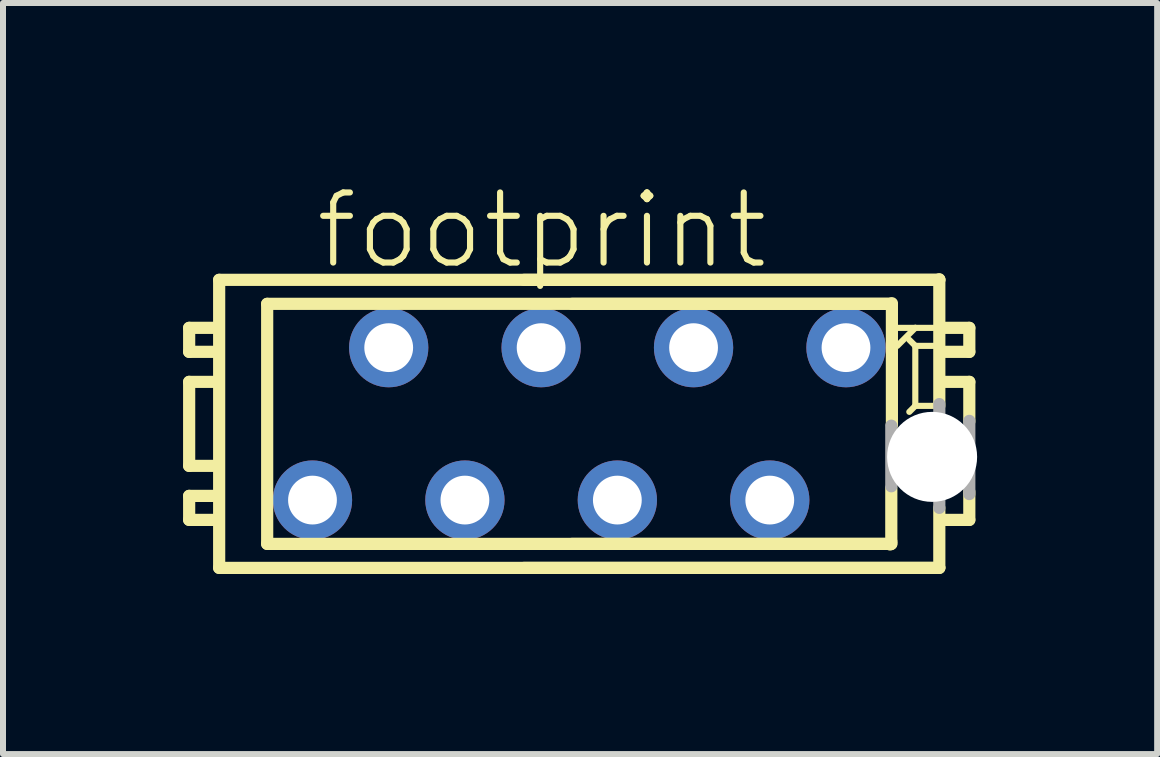
<source format=kicad_pcb>
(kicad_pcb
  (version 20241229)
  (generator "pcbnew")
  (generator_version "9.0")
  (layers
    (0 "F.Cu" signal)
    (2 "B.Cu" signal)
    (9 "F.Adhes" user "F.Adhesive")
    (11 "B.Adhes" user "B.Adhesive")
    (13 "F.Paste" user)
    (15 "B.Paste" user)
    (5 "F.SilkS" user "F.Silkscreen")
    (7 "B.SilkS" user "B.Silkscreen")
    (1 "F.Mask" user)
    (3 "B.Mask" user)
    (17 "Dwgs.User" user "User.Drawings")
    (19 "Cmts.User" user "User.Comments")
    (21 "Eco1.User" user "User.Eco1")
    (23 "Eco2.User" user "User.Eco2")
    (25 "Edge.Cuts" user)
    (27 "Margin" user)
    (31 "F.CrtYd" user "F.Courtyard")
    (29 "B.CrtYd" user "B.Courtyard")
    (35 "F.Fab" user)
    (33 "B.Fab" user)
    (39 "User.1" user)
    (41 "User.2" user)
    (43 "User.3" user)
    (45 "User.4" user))
  (footprint "footprint"
    (layer "F.Cu")
    (at 6.602 4.013)
    (property "Reference" "footprint" (at -4.445 -2.54 0) (layer "F.SilkS") (effects (font (size 1.168 1.168) (thickness 0.102)) (justify left bottom)))
    (fp_line (start -6.5 -1.6) (end -6.5 -1.2) (stroke (width 0.203) (type solid)) (layer "F.SilkS"))
    (fp_line (start -6.5 -1.2) (end -6.1 -1.2) (stroke (width 0.203) (type solid)) (layer "F.SilkS"))
    (fp_line (start -6.5 -0.7) (end -6.5 0.7) (stroke (width 0.203) (type solid)) (layer "F.SilkS"))
    (fp_line (start -6.5 0.7) (end -6.1 0.7) (stroke (width 0.203) (type solid)) (layer "F.SilkS"))
    (fp_line (start -6.5 1.2) (end -6.5 1.6) (stroke (width 0.203) (type solid)) (layer "F.SilkS"))
    (fp_line (start -6.5 1.6) (end -6.1 1.6) (stroke (width 0.203) (type solid)) (layer "F.SilkS"))
    (fp_line (start -6.1 -1.6) (end -6.5 -1.6) (stroke (width 0.203) (type solid)) (layer "F.SilkS"))
    (fp_line (start -6.1 -0.7) (end -6.5 -0.7) (stroke (width 0.203) (type solid)) (layer "F.SilkS"))
    (fp_line (start -6.1 1.2) (end -6.5 1.2) (stroke (width 0.203) (type solid)) (layer "F.SilkS"))
    (fp_line (start -6 -2.4) (end -6 2.4) (stroke (width 0.203) (type solid)) (layer "F.SilkS"))
    (fp_line (start -5.2 -2) (end -5.2 2) (stroke (width 0.203) (type solid)) (layer "F.SilkS"))
    (fp_line (start 5.18 2.01) (end 5.2 1.96) (stroke (width 0.203) (type solid)) (layer "F.SilkS"))
    (fp_line (start 5.2 -2) (end -5.2 -2) (stroke (width 0.203) (type solid)) (layer "F.SilkS"))
    (fp_line (start 5.2 -2) (end -0.12 -2) (stroke (width 0.203) (type solid)) (layer "F.SilkS"))
    (fp_line (start 5.2 1.96) (end 5.2 1.07) (stroke (width 0.203) (type solid)) (layer "F.SilkS"))
    (fp_line (start 5.2 2) (end -5.2 2) (stroke (width 0.203) (type solid)) (layer "F.SilkS"))
    (fp_line (start 5.2 2) (end -0.12 2) (stroke (width 0.203) (type solid)) (layer "F.SilkS"))
    (fp_line (start 5.21 -2.01) (end 5.21 0.02) (stroke (width 0.203) (type solid)) (layer "F.SilkS"))
    (fp_line (start 5.5 -1.4) (end 5.6 -1.3) (stroke (width 0.102) (type solid)) (layer "F.SilkS"))
    (fp_line (start 5.5 -0.2) (end 5.6 -0.3) (stroke (width 0.102) (type solid)) (layer "F.SilkS"))
    (fp_line (start 5.6 -1.6) (end 5.3 -1.6) (stroke (width 0.102) (type solid)) (layer "F.SilkS"))
    (fp_line (start 5.6 -1.6) (end 5.3 -1.3) (stroke (width 0.102) (type solid)) (layer "F.SilkS"))
    (fp_line (start 5.6 -1.3) (end 5.6 -0.3) (stroke (width 0.102) (type solid)) (layer "F.SilkS"))
    (fp_line (start 5.6 -0.3) (end 5.9 -0.3) (stroke (width 0.102) (type solid)) (layer "F.SilkS"))
    (fp_line (start 5.9 -1.6) (end 5.6 -1.6) (stroke (width 0.102) (type solid)) (layer "F.SilkS"))
    (fp_line (start 5.9 -1.3) (end 5.6 -1.3) (stroke (width 0.102) (type solid)) (layer "F.SilkS"))
    (fp_line (start 6 -2.41) (end 6 -0.3) (stroke (width 0.203) (type solid)) (layer "F.SilkS"))
    (fp_line (start 6 -2.4) (end -6 -2.4) (stroke (width 0.203) (type solid)) (layer "F.SilkS"))
    (fp_line (start 6 -2.4) (end -0.92 -2.4) (stroke (width 0.203) (type solid)) (layer "F.SilkS"))
    (fp_line (start 6 2.39) (end 6 1.4) (stroke (width 0.203) (type solid)) (layer "F.SilkS"))
    (fp_line (start 6 2.4) (end -6 2.4) (stroke (width 0.203) (type solid)) (layer "F.SilkS"))
    (fp_line (start 6 2.4) (end -0.92 2.4) (stroke (width 0.203) (type solid)) (layer "F.SilkS"))
    (fp_line (start 6.1 -1.2) (end 6.5 -1.2) (stroke (width 0.203) (type solid)) (layer "F.SilkS"))
    (fp_line (start 6.1 1.6) (end 6.5 1.6) (stroke (width 0.203) (type solid)) (layer "F.SilkS"))
    (fp_line (start 6.5 -1.6) (end 6.1 -1.6) (stroke (width 0.203) (type solid)) (layer "F.SilkS"))
    (fp_line (start 6.5 -1.2) (end 6.5 -1.6) (stroke (width 0.203) (type solid)) (layer "F.SilkS"))
    (fp_line (start 6.5 -0.7) (end 6.1 -0.7) (stroke (width 0.203) (type solid)) (layer "F.SilkS"))
    (fp_line (start 6.5 -0.04) (end 6.5 -0.7) (stroke (width 0.203) (type solid)) (layer "F.SilkS"))
    (fp_line (start 6.5 1.6) (end 6.5 1.13) (stroke (width 0.203) (type solid)) (layer "F.SilkS"))
    (fp_line (start 5.2 0.03) (end 5.2 1.04) (stroke (width 0.203) (type solid)) (layer "F.Fab"))
    (fp_line (start 6 1.4) (end 6 -0.33) (stroke (width 0.203) (type solid)) (layer "F.Fab"))
    (fp_line (start 6.5 -0.05) (end 6.5 1.17) (stroke (width 0.203) (type solid)) (layer "F.Fab"))
    (pad "" np_thru_hole circle (at 5.88 0.55) (size 1.5 1.5) (drill 1.5) (layers "*.Cu" "*.Mask"))
    (pad "1" thru_hole circle (at 4.445 -1.27) (size 1.321 1.321) (drill 0.813) (layers "*.Cu" "*.Mask"))
    (pad "2" thru_hole circle (at 3.175 1.27) (size 1.321 1.321) (drill 0.813) (layers "*.Cu" "*.Mask"))
    (pad "3" thru_hole circle (at 1.905 -1.27) (size 1.321 1.321) (drill 0.813) (layers "*.Cu" "*.Mask"))
    (pad "4" thru_hole circle (at 0.635 1.27) (size 1.321 1.321) (drill 0.813) (layers "*.Cu" "*.Mask"))
    (pad "5" thru_hole circle (at -0.635 -1.27) (size 1.321 1.321) (drill 0.813) (layers "*.Cu" "*.Mask"))
    (pad "6" thru_hole circle (at -1.905 1.27) (size 1.321 1.321) (drill 0.813) (layers "*.Cu" "*.Mask"))
    (pad "7" thru_hole circle (at -3.175 -1.27) (size 1.321 1.321) (drill 0.813) (layers "*.Cu" "*.Mask"))
    (pad "8" thru_hole circle (at -4.445 1.27) (size 1.321 1.321) (drill 0.813) (layers "*.Cu" "*.Mask")))
  (gr_rect
    (start -3 -3)
    (end 16.232 9.515)
    (stroke (width 0.1) (type default))
    (fill no)
    (layer "Edge.Cuts")))
</source>
